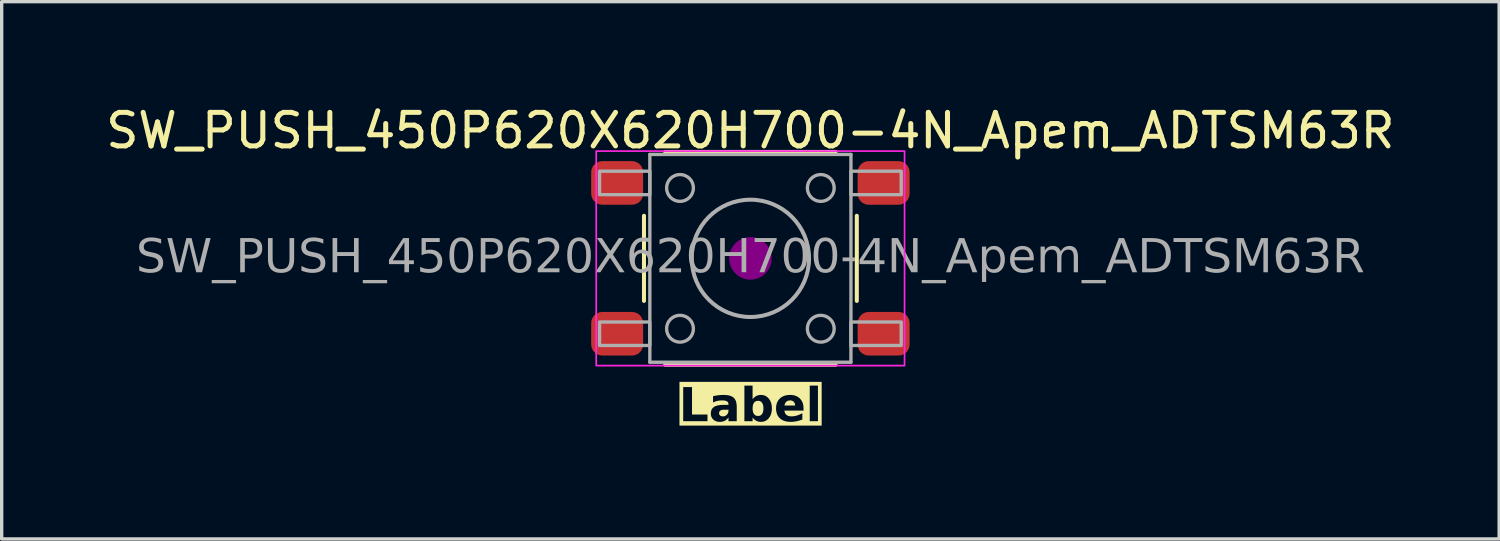
<source format=kicad_pcb>
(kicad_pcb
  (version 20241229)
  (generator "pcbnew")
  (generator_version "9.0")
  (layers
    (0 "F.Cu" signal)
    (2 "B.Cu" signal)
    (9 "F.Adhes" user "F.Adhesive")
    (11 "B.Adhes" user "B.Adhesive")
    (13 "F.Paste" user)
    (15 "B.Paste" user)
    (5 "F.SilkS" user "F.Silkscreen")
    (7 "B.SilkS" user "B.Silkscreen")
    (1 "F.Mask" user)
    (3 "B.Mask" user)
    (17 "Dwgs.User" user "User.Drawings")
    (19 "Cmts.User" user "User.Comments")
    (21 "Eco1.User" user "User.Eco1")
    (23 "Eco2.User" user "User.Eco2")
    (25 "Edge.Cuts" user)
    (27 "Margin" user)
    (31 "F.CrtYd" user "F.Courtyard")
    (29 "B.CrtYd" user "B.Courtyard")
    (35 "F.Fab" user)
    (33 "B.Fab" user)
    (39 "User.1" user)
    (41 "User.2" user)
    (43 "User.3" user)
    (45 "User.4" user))
  (footprint "SW_PUSH_450P620X620H700-4N_Apem_ADTSM63R"
    (layer "F.Cu")
    (at 19.339 4.658)
    (property "Reference" "SW_PUSH_450P620X620H700-4N_Apem_ADTSM63R" (at 0 -3.81 0) (layer "F.SilkS") (effects (font (size 1 1) (thickness 0.15))))
    (property "Label" "Label" (at 0 4.445 0) (layer "F.SilkS" knockout) (effects (font (face "Tahoma") (size 1 1) (thickness 0.2) (bold yes))))
    (attr smd)
    (fp_line (start -3.175 -1.27) (end -3.175 1.27) (stroke (width 0.12) (type solid)) (layer "F.SilkS"))
    (fp_line (start -2.54 -3.175) (end 2.54 -3.175) (stroke (width 0.12) (type solid)) (layer "F.SilkS"))
    (fp_line (start -2.54 3.175) (end 2.54 3.175) (stroke (width 0.12) (type solid)) (layer "F.SilkS"))
    (fp_line (start 3.175 1.27) (end 3.175 -1.27) (stroke (width 0.12) (type solid)) (layer "F.SilkS"))
    (fp_circle (center 0 0) (end 0.635 0) (stroke (width 0) (type solid)) (fill yes) (layer "F.Adhes"))
    (fp_rect (start -4.6 -3.2) (end 4.6 3.2) (stroke (width 0.05) (type default)) (fill no) (layer "F.CrtYd"))
    (fp_line (start -3 -3.1) (end 3 -3.1) (stroke (width 0.1) (type solid)) (layer "F.Fab"))
    (fp_line (start -3 3.1) (end -3 -3.1) (stroke (width 0.1) (type solid)) (layer "F.Fab"))
    (fp_line (start 3 -3.1) (end 3 3.1) (stroke (width 0.1) (type solid)) (layer "F.Fab"))
    (fp_line (start 3 3.1) (end -3 3.1) (stroke (width 0.1) (type solid)) (layer "F.Fab"))
    (fp_rect (start -4.5 -2.6) (end -3 -1.9) (stroke (width 0.1) (type solid)) (fill no) (layer "F.Fab"))
    (fp_rect (start -4.5 2.6) (end -3 1.9) (stroke (width 0.1) (type solid)) (fill no) (layer "F.Fab"))
    (fp_rect (start 4.5 -2.6) (end 3 -1.9) (stroke (width 0.1) (type solid)) (fill no) (layer "F.Fab"))
    (fp_rect (start 4.5 2.6) (end 3 1.9) (stroke (width 0.1) (type solid)) (fill no) (layer "F.Fab"))
    (fp_circle (center -2.1 -2.1) (end -1.7 -2.1) (stroke (width 0.1) (type default)) (fill no) (layer "F.Fab"))
    (fp_circle (center -2.1 2.1) (end -1.7 2.1) (stroke (width 0.1) (type default)) (fill no) (layer "F.Fab"))
    (fp_circle (center 0 0) (end 1.75 0) (stroke (width 0.12) (type solid)) (fill no) (layer "F.Fab"))
    (fp_circle (center 2.1 -2.1) (end 2.5 -2.1) (stroke (width 0.1) (type default)) (fill no) (layer "F.Fab"))
    (fp_circle (center 2.1 2.1) (end 2.5 2.1) (stroke (width 0.1) (type default)) (fill no) (layer "F.Fab"))
    (fp_text user "${REFERENCE}" (at 0 0 0) (layer "F.Fab") (effects (font (face "Tahoma") (size 1 1) (thickness 0.15))))
    (pad "1" smd roundrect (at -3.975 -2.25) (size 1.55 1.3) (layers "F.Cu" "F.Mask" "F.Paste") (roundrect_rratio 0.25))
    (pad "2" smd roundrect (at -3.975 2.25) (size 1.55 1.3) (layers "F.Cu" "F.Mask" "F.Paste") (roundrect_rratio 0.25))
    (pad "3" smd roundrect (at 3.975 -2.25) (size 1.55 1.3) (layers "F.Cu" "F.Mask" "F.Paste") (roundrect_rratio 0.25))
    (pad "4" smd roundrect (at 3.975 2.25) (size 1.55 1.3) (layers "F.Cu" "F.Mask" "F.Paste") (roundrect_rratio 0.25)))
  (gr_rect
    (start -3 -3)
    (end 41.679 13.031)
    (stroke (width 0.1) (type default))
    (fill no)
    (layer "Edge.Cuts")))
</source>
